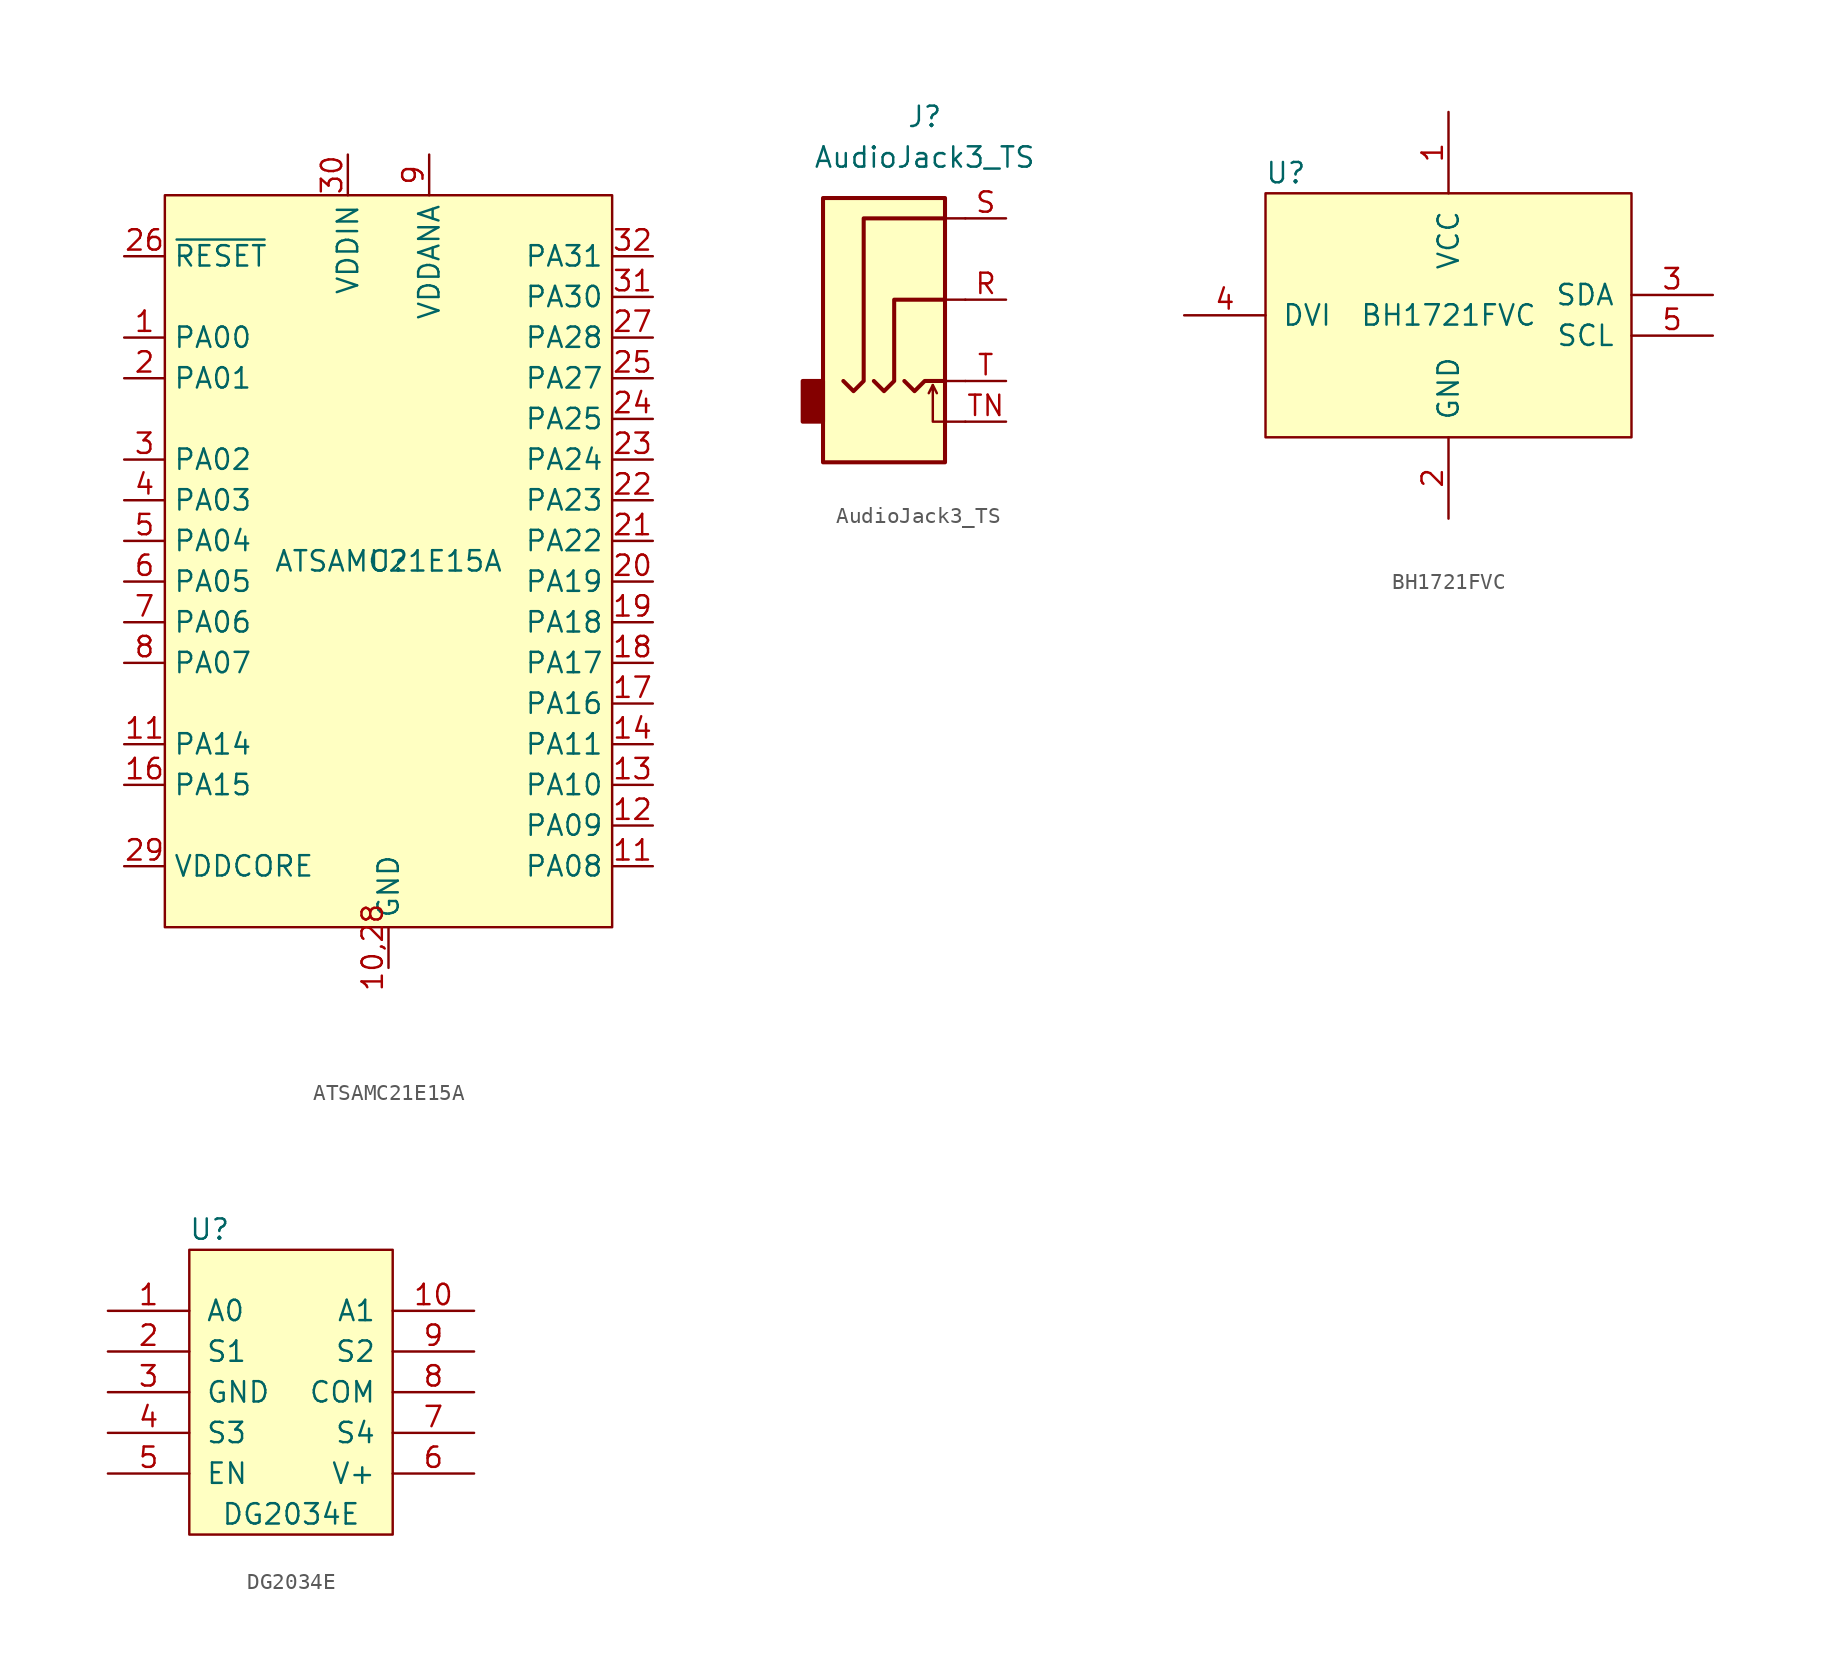
<source format=kicad_sym>
(kicad_symbol_lib
  (version 20211014)
  (generator kicad_symbol_editor)
  (symbol "ATSAMC21E15A"
    (property "Reference" "U"
      (at 0 0 0)
      (effects (font (size 1.27 1.27))))
    (property "Value" "ATSAMC21E15A"
      (at 0 0 0)
      (effects (font (size 1.27 1.27))))
    (symbol "ATSAMC21E15A_0_1"
      (rectangle (start -13.97 22.86) (end 13.97 -22.86) (stroke (width 0) (type default) (color 0 0 0 0)) (fill (type background))))
    (symbol "ATSAMC21E15A_1_1"
      (pin bidirectional line (at -16.51 13.97 0) (length 2.54) (name "PA00" (effects (font (size 1.27 1.27)))) (number "1" (effects (font (size 1.27 1.27)))))
      (pin power_in line (at 0 -25.4 90) (length 2.54) (name "GND" (effects (font (size 1.27 1.27)))) (number "10,28" (effects (font (size 1.27 1.27)))))
      (pin bidirectional line (at 16.51 -19.05 180) (length 2.54) (name "PA08" (effects (font (size 1.27 1.27)))) (number "11" (effects (font (size 1.27 1.27)))))
      (pin bidirectional line (at -16.51 -11.43 0) (length 2.54) (name "PA14" (effects (font (size 1.27 1.27)))) (number "11" (effects (font (size 1.27 1.27)))))
      (pin bidirectional line (at 16.51 -16.51 180) (length 2.54) (name "PA09" (effects (font (size 1.27 1.27)))) (number "12" (effects (font (size 1.27 1.27)))))
      (pin bidirectional line (at 16.51 -13.97 180) (length 2.54) (name "PA10" (effects (font (size 1.27 1.27)))) (number "13" (effects (font (size 1.27 1.27)))))
      (pin bidirectional line (at 16.51 -11.43 180) (length 2.54) (name "PA11" (effects (font (size 1.27 1.27)))) (number "14" (effects (font (size 1.27 1.27)))))
      (pin bidirectional line (at -16.51 -13.97 0) (length 2.54) (name "PA15" (effects (font (size 1.27 1.27)))) (number "16" (effects (font (size 1.27 1.27)))))
      (pin bidirectional line (at 16.51 -8.89 180) (length 2.54) (name "PA16" (effects (font (size 1.27 1.27)))) (number "17" (effects (font (size 1.27 1.27)))))
      (pin bidirectional line (at 16.51 -6.35 180) (length 2.54) (name "PA17" (effects (font (size 1.27 1.27)))) (number "18" (effects (font (size 1.27 1.27)))))
      (pin bidirectional line (at 16.51 -3.81 180) (length 2.54) (name "PA18" (effects (font (size 1.27 1.27)))) (number "19" (effects (font (size 1.27 1.27)))))
      (pin bidirectional line (at -16.51 11.43 0) (length 2.54) (name "PA01" (effects (font (size 1.27 1.27)))) (number "2" (effects (font (size 1.27 1.27)))))
      (pin bidirectional line (at 16.51 -1.27 180) (length 2.54) (name "PA19" (effects (font (size 1.27 1.27)))) (number "20" (effects (font (size 1.27 1.27)))))
      (pin bidirectional line (at 16.51 1.27 180) (length 2.54) (name "PA22" (effects (font (size 1.27 1.27)))) (number "21" (effects (font (size 1.27 1.27)))))
      (pin bidirectional line (at 16.51 3.81 180) (length 2.54) (name "PA23" (effects (font (size 1.27 1.27)))) (number "22" (effects (font (size 1.27 1.27)))))
      (pin bidirectional line (at 16.51 6.35 180) (length 2.54) (name "PA24" (effects (font (size 1.27 1.27)))) (number "23" (effects (font (size 1.27 1.27)))))
      (pin bidirectional line (at 16.51 8.89 180) (length 2.54) (name "PA25" (effects (font (size 1.27 1.27)))) (number "24" (effects (font (size 1.27 1.27)))))
      (pin bidirectional line (at 16.51 11.43 180) (length 2.54) (name "PA27" (effects (font (size 1.27 1.27)))) (number "25" (effects (font (size 1.27 1.27)))))
      (pin input line (at -16.51 19.05 0) (length 2.54) (name "~{RESET}" (effects (font (size 1.27 1.27)))) (number "26" (effects (font (size 1.27 1.27)))))
      (pin bidirectional line (at 16.51 13.97 180) (length 2.54) (name "PA28" (effects (font (size 1.27 1.27)))) (number "27" (effects (font (size 1.27 1.27)))))
      (pin power_out line (at -16.51 -19.05 0) (length 2.54) (name "VDDCORE" (effects (font (size 1.27 1.27)))) (number "29" (effects (font (size 1.27 1.27)))))
      (pin bidirectional line (at -16.51 6.35 0) (length 2.54) (name "PA02" (effects (font (size 1.27 1.27)))) (number "3" (effects (font (size 1.27 1.27)))))
      (pin power_in line (at -2.54 25.4 270) (length 2.54) (name "VDDIN" (effects (font (size 1.27 1.27)))) (number "30" (effects (font (size 1.27 1.27)))))
      (pin bidirectional line (at 16.51 16.51 180) (length 2.54) (name "PA30" (effects (font (size 1.27 1.27)))) (number "31" (effects (font (size 1.27 1.27)))))
      (pin bidirectional line (at 16.51 19.05 180) (length 2.54) (name "PA31" (effects (font (size 1.27 1.27)))) (number "32" (effects (font (size 1.27 1.27)))))
      (pin bidirectional line (at -16.51 3.81 0) (length 2.54) (name "PA03" (effects (font (size 1.27 1.27)))) (number "4" (effects (font (size 1.27 1.27)))))
      (pin bidirectional line (at -16.51 1.27 0) (length 2.54) (name "PA04" (effects (font (size 1.27 1.27)))) (number "5" (effects (font (size 1.27 1.27)))))
      (pin bidirectional line (at -16.51 -1.27 0) (length 2.54) (name "PA05" (effects (font (size 1.27 1.27)))) (number "6" (effects (font (size 1.27 1.27)))))
      (pin bidirectional line (at -16.51 -3.81 0) (length 2.54) (name "PA06" (effects (font (size 1.27 1.27)))) (number "7" (effects (font (size 1.27 1.27)))))
      (pin bidirectional line (at -16.51 -6.35 0) (length 2.54) (name "PA07" (effects (font (size 1.27 1.27)))) (number "8" (effects (font (size 1.27 1.27)))))
      (pin power_in line (at 2.54 25.4 270) (length 2.54) (name "VDDANA" (effects (font (size 1.27 1.27)))) (number "9" (effects (font (size 1.27 1.27)))))))
  (symbol "AudioJack3_TS"
    (property "Reference" "J"
      (at 0 11.43 0)
      (effects (font (size 1.27 1.27))))
    (property "Value" "AudioJack3_TS"
      (at 0 8.89 0)
      (effects (font (size 1.27 1.27))))
    (symbol "AudioJack3_TS_0_1"
      (rectangle (start -6.35 -5.08) (end -7.62 -7.62) (stroke (width 0.254) (type default) (color 0 0 0 0)) (fill (type outline)))
      (polyline (pts (xy 0.508 -5.334) (xy 0.762 -5.842)) (stroke (width 0) (type default) (color 0 0 0 0)) (fill (type none)))
      (polyline (pts (xy 1.27 0) (xy 2.54 0)) (stroke (width 0) (type default) (color 0 0 0 0)) (fill (type none)))
      (polyline (pts (xy 2.54 -5.08) (xy 1.27 -5.08)) (stroke (width 0) (type default) (color 0 0 0 0)) (fill (type none)))
      (polyline (pts (xy 2.54 5.08) (xy 1.27 5.08)) (stroke (width 0) (type default) (color 0 0 0 0)) (fill (type none)))
      (polyline (pts (xy -1.27 -5.08) (xy -0.635 -5.715) (xy 0 -5.08) (xy 1.27 -5.08)) (stroke (width 0.254) (type default) (color 0 0 0 0)) (fill (type none)))
      (polyline (pts (xy 2.54 -7.62) (xy 0.508 -7.62) (xy 0.508 -5.334) (xy 0.254 -5.842)) (stroke (width 0) (type default) (color 0 0 0 0)) (fill (type none)))
      (polyline (pts (xy -3.175 -5.08) (xy -2.54 -5.715) (xy -1.905 -5.08) (xy -1.905 0) (xy 1.27 0)) (stroke (width 0.254) (type default) (color 0 0 0 0)) (fill (type none)))
      (polyline (pts (xy 1.27 5.08) (xy -3.81 5.08) (xy -3.81 -5.08) (xy -4.445 -5.715) (xy -5.08 -5.08)) (stroke (width 0.254) (type default) (color 0 0 0 0)) (fill (type none)))
      (rectangle (start 1.27 6.35) (end -6.35 -10.16) (stroke (width 0.254) (type default) (color 0 0 0 0)) (fill (type background))))
    (symbol "AudioJack3_TS_1_1"
      (pin passive line (at 5.08 0 180) (length 2.54) (name "~" (effects (font (size 1.27 1.27)))) (number "R" (effects (font (size 1.27 1.27)))))
      (pin passive line (at 5.08 5.08 180) (length 2.54) (name "~" (effects (font (size 1.27 1.27)))) (number "S" (effects (font (size 1.27 1.27)))))
      (pin passive line (at 5.08 -5.08 180) (length 2.54) (name "~" (effects (font (size 1.27 1.27)))) (number "T" (effects (font (size 1.27 1.27)))))
      (pin passive line (at 5.08 -7.62 180) (length 2.54) (name "~" (effects (font (size 1.27 1.27)))) (number "TN" (effects (font (size 1.27 1.27)))))))
  (symbol "BH1721FVC"
    (pin_names
      (offset 1.016))
    (property "Reference" "U"
      (at -10.16 8.89 0)
      (effects (font (size 1.27 1.27))))
    (property "Value" "BH1721FVC"
      (at 0 0 0)
      (effects (font (size 1.27 1.27))))
    (symbol "BH1721FVC_0_1"
      (rectangle (start -11.43 7.62) (end 11.43 -7.62) (stroke (width 0) (type default) (color 0 0 0 0)) (fill (type background))))
    (symbol "BH1721FVC_1_1"
      (pin power_in line (at 0 12.7 270) (length 5.08) (name "VCC" (effects (font (size 1.27 1.27)))) (number "1" (effects (font (size 1.27 1.27)))))
      (pin power_in line (at 0 -12.7 90) (length 5.08) (name "GND" (effects (font (size 1.27 1.27)))) (number "2" (effects (font (size 1.27 1.27)))))
      (pin bidirectional line (at 16.51 1.27 180) (length 5.08) (name "SDA" (effects (font (size 1.27 1.27)))) (number "3" (effects (font (size 1.27 1.27)))))
      (pin input line (at -16.51 0 0) (length 5.08) (name "DVI" (effects (font (size 1.27 1.27)))) (number "4" (effects (font (size 1.27 1.27)))))
      (pin bidirectional line (at 16.51 -1.27 180) (length 5.08) (name "SCL" (effects (font (size 1.27 1.27)))) (number "5" (effects (font (size 1.27 1.27)))))))
  (symbol "DG2034E"
    (pin_names
      (offset 1.016))
    (property "Reference" "U"
      (at -5.08 10.16 0)
      (effects (font (size 1.27 1.27))))
    (property "Value" "DG2034E"
      (at 0 -7.62 0)
      (effects (font (size 1.27 1.27))))
    (symbol "DG2034E_0_1"
      (rectangle (start -6.35 8.89) (end 6.35 -8.89) (stroke (width 0) (type default) (color 0 0 0 0)) (fill (type background))))
    (symbol "DG2034E_1_1"
      (pin input line (at -11.43 5.08 0) (length 5.08) (name "A0" (effects (font (size 1.27 1.27)))) (number "1" (effects (font (size 1.27 1.27)))))
      (pin input line (at 11.43 5.08 180) (length 5.08) (name "A1" (effects (font (size 1.27 1.27)))) (number "10" (effects (font (size 1.27 1.27)))))
      (pin bidirectional line (at -11.43 2.54 0) (length 5.08) (name "S1" (effects (font (size 1.27 1.27)))) (number "2" (effects (font (size 1.27 1.27)))))
      (pin power_in line (at -11.43 0 0) (length 5.08) (name "GND" (effects (font (size 1.27 1.27)))) (number "3" (effects (font (size 1.27 1.27)))))
      (pin bidirectional line (at -11.43 -2.54 0) (length 5.08) (name "S3" (effects (font (size 1.27 1.27)))) (number "4" (effects (font (size 1.27 1.27)))))
      (pin input line (at -11.43 -5.08 0) (length 5.08) (name "EN" (effects (font (size 1.27 1.27)))) (number "5" (effects (font (size 1.27 1.27)))))
      (pin power_in line (at 11.43 -5.08 180) (length 5.08) (name "V+" (effects (font (size 1.27 1.27)))) (number "6" (effects (font (size 1.27 1.27)))))
      (pin bidirectional line (at 11.43 -2.54 180) (length 5.08) (name "S4" (effects (font (size 1.27 1.27)))) (number "7" (effects (font (size 1.27 1.27)))))
      (pin bidirectional line (at 11.43 0 180) (length 5.08) (name "COM" (effects (font (size 1.27 1.27)))) (number "8" (effects (font (size 1.27 1.27)))))
      (pin bidirectional line (at 11.43 2.54 180) (length 5.08) (name "S2" (effects (font (size 1.27 1.27)))) (number "9" (effects (font (size 1.27 1.27))))))))
</source>
